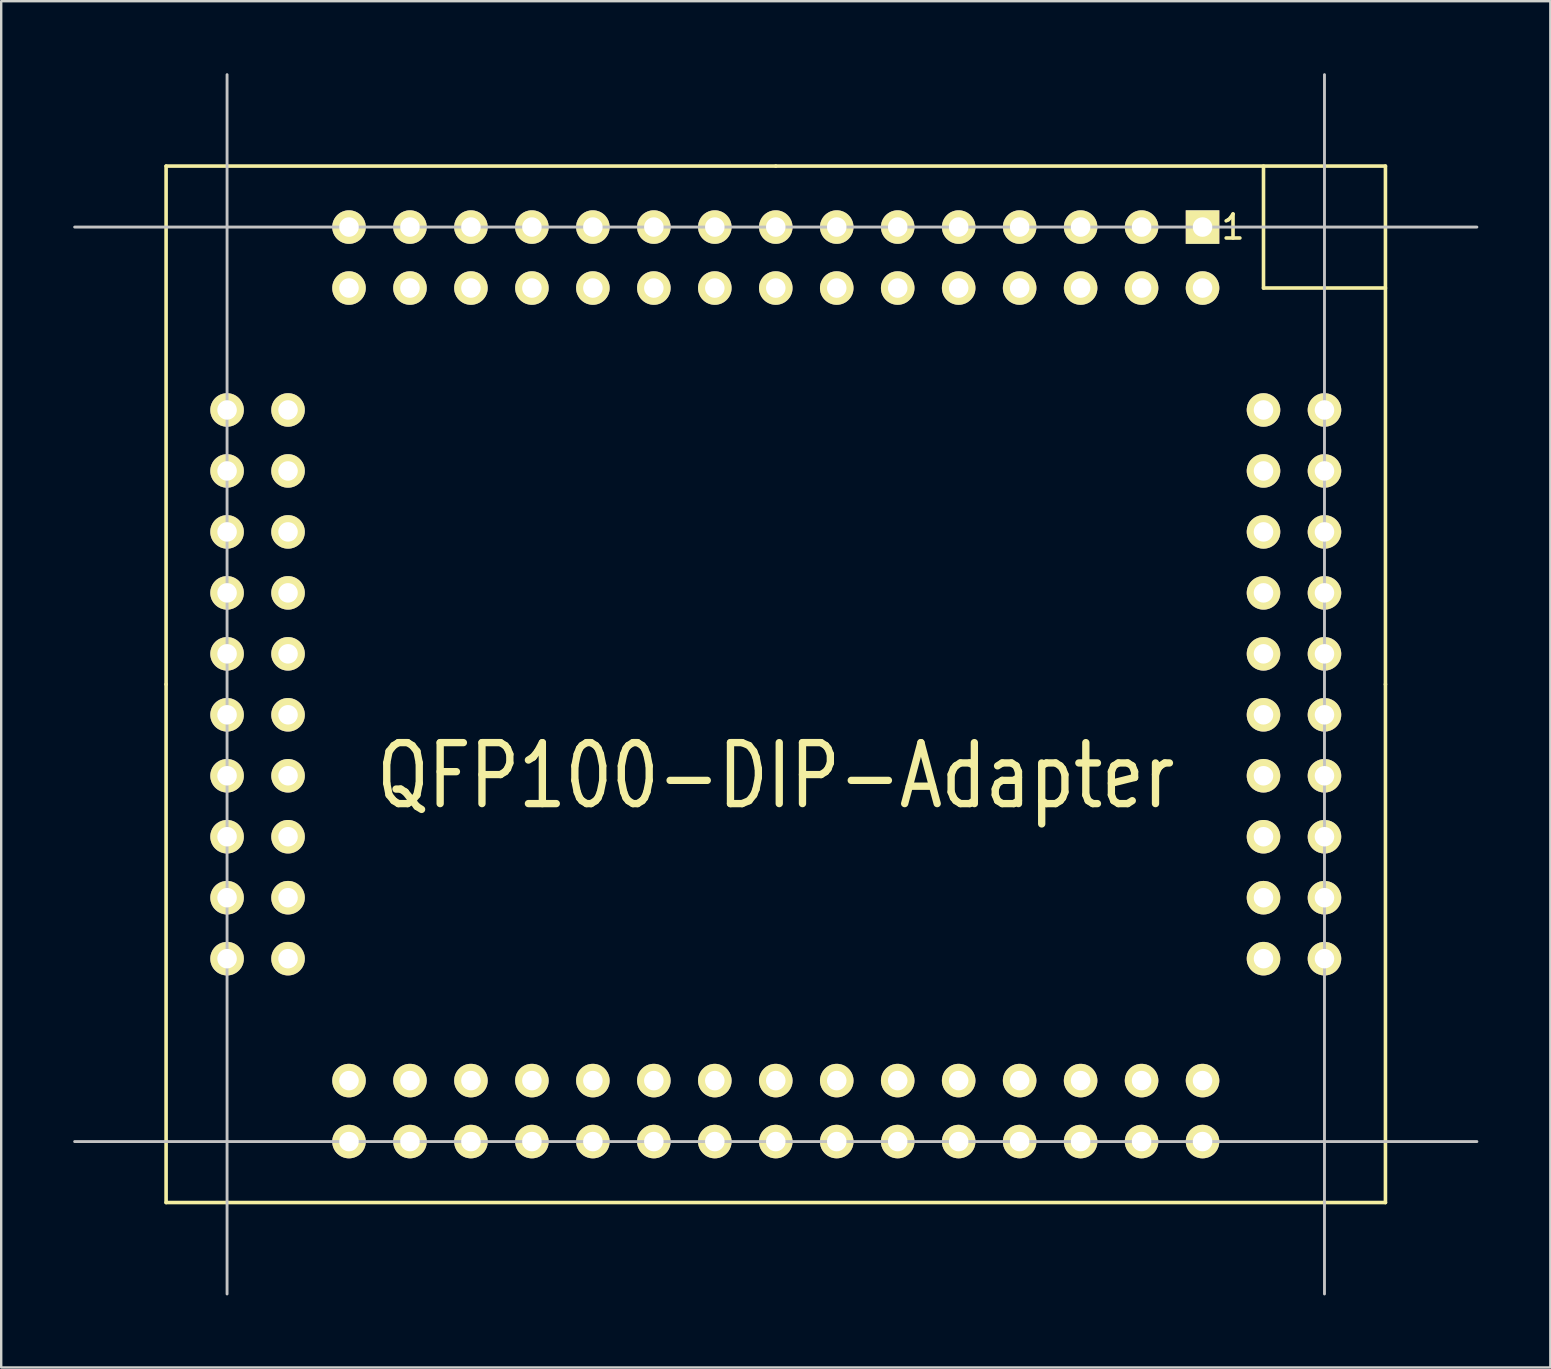
<source format=kicad_pcb>
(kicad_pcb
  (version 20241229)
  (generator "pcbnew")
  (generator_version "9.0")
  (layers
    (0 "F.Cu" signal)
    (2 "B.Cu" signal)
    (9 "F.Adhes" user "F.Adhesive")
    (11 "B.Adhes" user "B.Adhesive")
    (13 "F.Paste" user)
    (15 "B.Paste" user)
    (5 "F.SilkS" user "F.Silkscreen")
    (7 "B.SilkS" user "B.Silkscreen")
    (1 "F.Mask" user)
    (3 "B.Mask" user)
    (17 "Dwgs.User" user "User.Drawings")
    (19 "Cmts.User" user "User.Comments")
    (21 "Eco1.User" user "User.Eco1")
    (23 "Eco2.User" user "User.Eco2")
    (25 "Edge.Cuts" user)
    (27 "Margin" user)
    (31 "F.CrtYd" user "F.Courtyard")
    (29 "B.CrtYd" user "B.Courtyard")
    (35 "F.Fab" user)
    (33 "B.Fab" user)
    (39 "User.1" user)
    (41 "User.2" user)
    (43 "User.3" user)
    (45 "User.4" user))
  (footprint "QFP100-DIP-Adapter"
    (layer "F.Cu")
    (at 29.27 25.46)
    (property "Reference" "QFP100-DIP-Adapter" (at 0 3.81 0) (layer "F.SilkS") (effects (font (size 2.54 2.032) (thickness 0.305))))
    (attr through_hole)
    (fp_line (start -25.4 -21.59) (end 0 -21.59) (stroke (width 0.15) (type solid)) (layer "F.SilkS"))
    (fp_line (start -25.4 0) (end -25.4 -21.59) (stroke (width 0.15) (type solid)) (layer "F.SilkS"))
    (fp_line (start -25.4 21.59) (end -25.4 0) (stroke (width 0.15) (type solid)) (layer "F.SilkS"))
    (fp_line (start 0 -21.59) (end 25.4 -21.59) (stroke (width 0.15) (type solid)) (layer "F.SilkS"))
    (fp_line (start 20.32 -21.59) (end 20.32 -16.51) (stroke (width 0.15) (type solid)) (layer "F.SilkS"))
    (fp_line (start 20.32 -16.51) (end 25.4 -16.51) (stroke (width 0.15) (type solid)) (layer "F.SilkS"))
    (fp_line (start 25.4 -21.59) (end 25.4 0) (stroke (width 0.15) (type solid)) (layer "F.SilkS"))
    (fp_line (start 25.4 0) (end 25.4 21.59) (stroke (width 0.15) (type solid)) (layer "F.SilkS"))
    (fp_line (start 25.4 21.59) (end -25.4 21.59) (stroke (width 0.15) (type solid)) (layer "F.SilkS"))
    (fp_line (start -29.21 -19.05) (end 29.21 -19.05) (stroke (width 0.12) (type solid)) (layer "Dwgs.User"))
    (fp_line (start -29.21 19.05) (end 29.21 19.05) (stroke (width 0.12) (type solid)) (layer "Dwgs.User"))
    (fp_line (start -22.86 -25.4) (end -22.86 25.4) (stroke (width 0.12) (type solid)) (layer "Dwgs.User"))
    (fp_line (start 22.86 -25.4) (end 22.86 25.4) (stroke (width 0.12) (type solid)) (layer "Dwgs.User"))
    (fp_text user "1" (at 19.05 -19.05 0) (layer "F.SilkS") (effects (font (size 1 1) (thickness 0.15))))
    (pad "1" thru_hole rect (at 17.78 -19.05 180) (size 1.397 1.397) (drill 0.813) (layers "*.Cu" "*.Mask" "F.SilkS"))
    (pad "2" thru_hole circle (at 17.78 -16.51 90) (size 1.397 1.397) (drill 0.813) (layers "*.Cu" "*.Mask" "F.SilkS"))
    (pad "3" thru_hole circle (at 15.24 -19.05 90) (size 1.397 1.397) (drill 0.813) (layers "*.Cu" "*.Mask" "F.SilkS"))
    (pad "4" thru_hole circle (at 15.24 -16.51 90) (size 1.397 1.397) (drill 0.813) (layers "*.Cu" "*.Mask" "F.SilkS"))
    (pad "5" thru_hole circle (at 12.7 -19.05 90) (size 1.397 1.397) (drill 0.813) (layers "*.Cu" "*.Mask" "F.SilkS"))
    (pad "6" thru_hole circle (at 12.7 -16.51 90) (size 1.397 1.397) (drill 0.813) (layers "*.Cu" "*.Mask" "F.SilkS"))
    (pad "7" thru_hole circle (at 10.16 -19.05 90) (size 1.397 1.397) (drill 0.813) (layers "*.Cu" "*.Mask" "F.SilkS"))
    (pad "8" thru_hole circle (at 10.16 -16.51 90) (size 1.397 1.397) (drill 0.813) (layers "*.Cu" "*.Mask" "F.SilkS"))
    (pad "9" thru_hole circle (at 7.62 -19.05 90) (size 1.397 1.397) (drill 0.813) (layers "*.Cu" "*.Mask" "F.SilkS"))
    (pad "10" thru_hole circle (at 7.62 -16.51 90) (size 1.397 1.397) (drill 0.813) (layers "*.Cu" "*.Mask" "F.SilkS"))
    (pad "11" thru_hole circle (at 5.08 -19.05 90) (size 1.397 1.397) (drill 0.813) (layers "*.Cu" "*.Mask" "F.SilkS"))
    (pad "12" thru_hole circle (at 5.08 -16.51 90) (size 1.397 1.397) (drill 0.813) (layers "*.Cu" "*.Mask" "F.SilkS"))
    (pad "13" thru_hole circle (at 2.54 -19.05 90) (size 1.397 1.397) (drill 0.813) (layers "*.Cu" "*.Mask" "F.SilkS"))
    (pad "14" thru_hole circle (at 2.54 -16.51 90) (size 1.397 1.397) (drill 0.813) (layers "*.Cu" "*.Mask" "F.SilkS"))
    (pad "15" thru_hole circle (at 0 -19.05 90) (size 1.397 1.397) (drill 0.813) (layers "*.Cu" "*.Mask" "F.SilkS"))
    (pad "16" thru_hole circle (at 0 -16.51 90) (size 1.397 1.397) (drill 0.813) (layers "*.Cu" "*.Mask" "F.SilkS"))
    (pad "17" thru_hole circle (at -2.54 -19.05 90) (size 1.397 1.397) (drill 0.813) (layers "*.Cu" "*.Mask" "F.SilkS"))
    (pad "18" thru_hole circle (at -2.54 -16.51 90) (size 1.397 1.397) (drill 0.813) (layers "*.Cu" "*.Mask" "F.SilkS"))
    (pad "19" thru_hole circle (at -5.08 -19.05 90) (size 1.397 1.397) (drill 0.813) (layers "*.Cu" "*.Mask" "F.SilkS"))
    (pad "20" thru_hole circle (at -5.08 -16.51 90) (size 1.397 1.397) (drill 0.813) (layers "*.Cu" "*.Mask" "F.SilkS"))
    (pad "21" thru_hole circle (at -7.62 -19.05 90) (size 1.397 1.397) (drill 0.813) (layers "*.Cu" "*.Mask" "F.SilkS"))
    (pad "22" thru_hole circle (at -7.62 -16.51 90) (size 1.397 1.397) (drill 0.813) (layers "*.Cu" "*.Mask" "F.SilkS"))
    (pad "23" thru_hole circle (at -10.16 -19.05 90) (size 1.397 1.397) (drill 0.813) (layers "*.Cu" "*.Mask" "F.SilkS"))
    (pad "24" thru_hole circle (at -10.16 -16.51 90) (size 1.397 1.397) (drill 0.813) (layers "*.Cu" "*.Mask" "F.SilkS"))
    (pad "25" thru_hole circle (at -12.7 -19.05 90) (size 1.397 1.397) (drill 0.813) (layers "*.Cu" "*.Mask" "F.SilkS"))
    (pad "26" thru_hole circle (at -12.7 -16.51 90) (size 1.397 1.397) (drill 0.813) (layers "*.Cu" "*.Mask" "F.SilkS"))
    (pad "27" thru_hole circle (at -15.24 -19.05 90) (size 1.397 1.397) (drill 0.813) (layers "*.Cu" "*.Mask" "F.SilkS"))
    (pad "28" thru_hole circle (at -15.24 -16.51 90) (size 1.397 1.397) (drill 0.813) (layers "*.Cu" "*.Mask" "F.SilkS"))
    (pad "29" thru_hole circle (at -17.78 -19.05 90) (size 1.397 1.397) (drill 0.813) (layers "*.Cu" "*.Mask" "F.SilkS"))
    (pad "30" thru_hole circle (at -17.78 -16.51 90) (size 1.397 1.397) (drill 0.813) (layers "*.Cu" "*.Mask" "F.SilkS"))
    (pad "31" thru_hole circle (at -22.86 -11.43 180) (size 1.397 1.397) (drill 0.813) (layers "*.Cu" "*.Mask" "F.SilkS"))
    (pad "32" thru_hole circle (at -20.32 -11.43 180) (size 1.397 1.397) (drill 0.813) (layers "*.Cu" "*.Mask" "F.SilkS"))
    (pad "33" thru_hole circle (at -22.86 -8.89 180) (size 1.397 1.397) (drill 0.813) (layers "*.Cu" "*.Mask" "F.SilkS"))
    (pad "34" thru_hole circle (at -20.32 -8.89 90) (size 1.397 1.397) (drill 0.813) (layers "*.Cu" "*.Mask" "F.SilkS"))
    (pad "35" thru_hole circle (at -22.86 -6.35 90) (size 1.397 1.397) (drill 0.813) (layers "*.Cu" "*.Mask" "F.SilkS"))
    (pad "36" thru_hole circle (at -20.32 -6.35 90) (size 1.397 1.397) (drill 0.813) (layers "*.Cu" "*.Mask" "F.SilkS"))
    (pad "37" thru_hole circle (at -22.86 -3.81 90) (size 1.397 1.397) (drill 0.813) (layers "*.Cu" "*.Mask" "F.SilkS"))
    (pad "38" thru_hole circle (at -20.32 -3.81 90) (size 1.397 1.397) (drill 0.813) (layers "*.Cu" "*.Mask" "F.SilkS"))
    (pad "39" thru_hole circle (at -22.86 -1.27 90) (size 1.397 1.397) (drill 0.813) (layers "*.Cu" "*.Mask" "F.SilkS"))
    (pad "40" thru_hole circle (at -20.32 -1.27 90) (size 1.397 1.397) (drill 0.813) (layers "*.Cu" "*.Mask" "F.SilkS"))
    (pad "41" thru_hole circle (at -22.86 1.27 90) (size 1.397 1.397) (drill 0.813) (layers "*.Cu" "*.Mask" "F.SilkS"))
    (pad "42" thru_hole circle (at -20.32 1.27 90) (size 1.397 1.397) (drill 0.813) (layers "*.Cu" "*.Mask" "F.SilkS"))
    (pad "43" thru_hole circle (at -22.86 3.81 90) (size 1.397 1.397) (drill 0.813) (layers "*.Cu" "*.Mask" "F.SilkS"))
    (pad "44" thru_hole circle (at -20.32 3.81 90) (size 1.397 1.397) (drill 0.813) (layers "*.Cu" "*.Mask" "F.SilkS"))
    (pad "45" thru_hole circle (at -22.86 6.35 90) (size 1.397 1.397) (drill 0.813) (layers "*.Cu" "*.Mask" "F.SilkS"))
    (pad "46" thru_hole circle (at -20.32 6.35 90) (size 1.397 1.397) (drill 0.813) (layers "*.Cu" "*.Mask" "F.SilkS"))
    (pad "47" thru_hole circle (at -22.86 8.89 90) (size 1.397 1.397) (drill 0.813) (layers "*.Cu" "*.Mask" "F.SilkS"))
    (pad "48" thru_hole circle (at -20.32 8.89 90) (size 1.397 1.397) (drill 0.813) (layers "*.Cu" "*.Mask" "F.SilkS"))
    (pad "49" thru_hole circle (at -22.86 11.43 90) (size 1.397 1.397) (drill 0.813) (layers "*.Cu" "*.Mask" "F.SilkS"))
    (pad "50" thru_hole circle (at -20.32 11.43 90) (size 1.397 1.397) (drill 0.813) (layers "*.Cu" "*.Mask" "F.SilkS"))
    (pad "51" thru_hole circle (at -17.78 19.05 180) (size 1.397 1.397) (drill 0.813) (layers "*.Cu" "*.Mask" "F.SilkS"))
    (pad "52" thru_hole circle (at -17.78 16.51 180) (size 1.397 1.397) (drill 0.813) (layers "*.Cu" "*.Mask" "F.SilkS"))
    (pad "53" thru_hole circle (at -15.24 19.05 180) (size 1.397 1.397) (drill 0.813) (layers "*.Cu" "*.Mask" "F.SilkS"))
    (pad "54" thru_hole circle (at -15.24 16.51 180) (size 1.397 1.397) (drill 0.813) (layers "*.Cu" "*.Mask" "F.SilkS"))
    (pad "55" thru_hole circle (at -12.7 19.05 180) (size 1.397 1.397) (drill 0.813) (layers "*.Cu" "*.Mask" "F.SilkS"))
    (pad "56" thru_hole circle (at -12.7 16.51 180) (size 1.397 1.397) (drill 0.813) (layers "*.Cu" "*.Mask" "F.SilkS"))
    (pad "57" thru_hole circle (at -10.16 19.05 180) (size 1.397 1.397) (drill 0.813) (layers "*.Cu" "*.Mask" "F.SilkS"))
    (pad "58" thru_hole circle (at -10.16 16.51 180) (size 1.397 1.397) (drill 0.813) (layers "*.Cu" "*.Mask" "F.SilkS"))
    (pad "59" thru_hole circle (at -7.62 19.05 180) (size 1.397 1.397) (drill 0.813) (layers "*.Cu" "*.Mask" "F.SilkS"))
    (pad "60" thru_hole circle (at -7.62 16.51 180) (size 1.397 1.397) (drill 0.813) (layers "*.Cu" "*.Mask" "F.SilkS"))
    (pad "61" thru_hole circle (at -5.08 19.05 180) (size 1.397 1.397) (drill 0.813) (layers "*.Cu" "*.Mask" "F.SilkS"))
    (pad "62" thru_hole circle (at -5.08 16.51 180) (size 1.397 1.397) (drill 0.813) (layers "*.Cu" "*.Mask" "F.SilkS"))
    (pad "63" thru_hole circle (at -2.54 19.05 180) (size 1.397 1.397) (drill 0.813) (layers "*.Cu" "*.Mask" "F.SilkS"))
    (pad "64" thru_hole circle (at -2.54 16.51 180) (size 1.397 1.397) (drill 0.813) (layers "*.Cu" "*.Mask" "F.SilkS"))
    (pad "65" thru_hole circle (at 0 19.05 90) (size 1.397 1.397) (drill 0.813) (layers "*.Cu" "*.Mask" "F.SilkS"))
    (pad "66" thru_hole circle (at 0 16.51 90) (size 1.397 1.397) (drill 0.813) (layers "*.Cu" "*.Mask" "F.SilkS"))
    (pad "67" thru_hole circle (at 2.54 19.05 90) (size 1.397 1.397) (drill 0.813) (layers "*.Cu" "*.Mask" "F.SilkS"))
    (pad "68" thru_hole circle (at 2.54 16.51 90) (size 1.397 1.397) (drill 0.813) (layers "*.Cu" "*.Mask" "F.SilkS"))
    (pad "69" thru_hole circle (at 5.08 19.05 90) (size 1.397 1.397) (drill 0.813) (layers "*.Cu" "*.Mask" "F.SilkS"))
    (pad "70" thru_hole circle (at 5.08 16.51 90) (size 1.397 1.397) (drill 0.813) (layers "*.Cu" "*.Mask" "F.SilkS"))
    (pad "71" thru_hole circle (at 7.62 19.05 90) (size 1.397 1.397) (drill 0.813) (layers "*.Cu" "*.Mask" "F.SilkS"))
    (pad "72" thru_hole circle (at 7.62 16.51 90) (size 1.397 1.397) (drill 0.813) (layers "*.Cu" "*.Mask" "F.SilkS"))
    (pad "73" thru_hole circle (at 10.16 19.05 90) (size 1.397 1.397) (drill 0.813) (layers "*.Cu" "*.Mask" "F.SilkS"))
    (pad "74" thru_hole circle (at 10.16 16.51 90) (size 1.397 1.397) (drill 0.813) (layers "*.Cu" "*.Mask" "F.SilkS"))
    (pad "75" thru_hole circle (at 12.7 19.05 90) (size 1.397 1.397) (drill 0.813) (layers "*.Cu" "*.Mask" "F.SilkS"))
    (pad "76" thru_hole circle (at 12.7 16.51 90) (size 1.397 1.397) (drill 0.813) (layers "*.Cu" "*.Mask" "F.SilkS"))
    (pad "77" thru_hole circle (at 15.24 19.05 90) (size 1.397 1.397) (drill 0.813) (layers "*.Cu" "*.Mask" "F.SilkS"))
    (pad "78" thru_hole circle (at 15.24 16.51 90) (size 1.397 1.397) (drill 0.813) (layers "*.Cu" "*.Mask" "F.SilkS"))
    (pad "79" thru_hole circle (at 17.78 19.05 90) (size 1.397 1.397) (drill 0.813) (layers "*.Cu" "*.Mask" "F.SilkS"))
    (pad "80" thru_hole circle (at 17.78 16.51 90) (size 1.397 1.397) (drill 0.813) (layers "*.Cu" "*.Mask" "F.SilkS"))
    (pad "81" thru_hole circle (at 22.86 11.43 180) (size 1.397 1.397) (drill 0.813) (layers "*.Cu" "*.Mask" "F.SilkS"))
    (pad "82" thru_hole circle (at 20.32 11.43 180) (size 1.397 1.397) (drill 0.813) (layers "*.Cu" "*.Mask" "F.SilkS"))
    (pad "83" thru_hole circle (at 22.86 8.89 180) (size 1.397 1.397) (drill 0.813) (layers "*.Cu" "*.Mask" "F.SilkS"))
    (pad "84" thru_hole circle (at 20.32 8.89 180) (size 1.397 1.397) (drill 0.813) (layers "*.Cu" "*.Mask" "F.SilkS"))
    (pad "85" thru_hole circle (at 22.86 6.35 180) (size 1.397 1.397) (drill 0.813) (layers "*.Cu" "*.Mask" "F.SilkS"))
    (pad "86" thru_hole circle (at 20.32 6.35 180) (size 1.397 1.397) (drill 0.813) (layers "*.Cu" "*.Mask" "F.SilkS"))
    (pad "87" thru_hole circle (at 22.86 3.81 180) (size 1.397 1.397) (drill 0.813) (layers "*.Cu" "*.Mask" "F.SilkS"))
    (pad "88" thru_hole circle (at 20.32 3.81 180) (size 1.397 1.397) (drill 0.813) (layers "*.Cu" "*.Mask" "F.SilkS"))
    (pad "89" thru_hole circle (at 22.86 1.27 180) (size 1.397 1.397) (drill 0.813) (layers "*.Cu" "*.Mask" "F.SilkS"))
    (pad "90" thru_hole circle (at 20.32 1.27 180) (size 1.397 1.397) (drill 0.813) (layers "*.Cu" "*.Mask" "F.SilkS"))
    (pad "91" thru_hole circle (at 22.86 -1.27 180) (size 1.397 1.397) (drill 0.813) (layers "*.Cu" "*.Mask" "F.SilkS"))
    (pad "92" thru_hole circle (at 20.32 -1.27 180) (size 1.397 1.397) (drill 0.813) (layers "*.Cu" "*.Mask" "F.SilkS"))
    (pad "93" thru_hole circle (at 22.86 -3.81 180) (size 1.397 1.397) (drill 0.813) (layers "*.Cu" "*.Mask" "F.SilkS"))
    (pad "94" thru_hole circle (at 20.32 -3.81 180) (size 1.397 1.397) (drill 0.813) (layers "*.Cu" "*.Mask" "F.SilkS"))
    (pad "95" thru_hole circle (at 22.86 -6.35 180) (size 1.397 1.397) (drill 0.813) (layers "*.Cu" "*.Mask" "F.SilkS"))
    (pad "96" thru_hole circle (at 20.32 -6.35 180) (size 1.397 1.397) (drill 0.813) (layers "*.Cu" "*.Mask" "F.SilkS"))
    (pad "97" thru_hole circle (at 22.86 -8.89 90) (size 1.397 1.397) (drill 0.813) (layers "*.Cu" "*.Mask" "F.SilkS"))
    (pad "98" thru_hole circle (at 20.32 -8.89 90) (size 1.397 1.397) (drill 0.813) (layers "*.Cu" "*.Mask" "F.SilkS"))
    (pad "99" thru_hole circle (at 22.86 -11.43 90) (size 1.397 1.397) (drill 0.813) (layers "*.Cu" "*.Mask" "F.SilkS"))
    (pad "100" thru_hole circle (at 20.32 -11.43 90) (size 1.397 1.397) (drill 0.813) (layers "*.Cu" "*.Mask" "F.SilkS")))
  (gr_rect
    (start -3 -3)
    (end 61.54 53.92)
    (stroke (width 0.1) (type default))
    (fill no)
    (layer "Edge.Cuts")))
</source>
